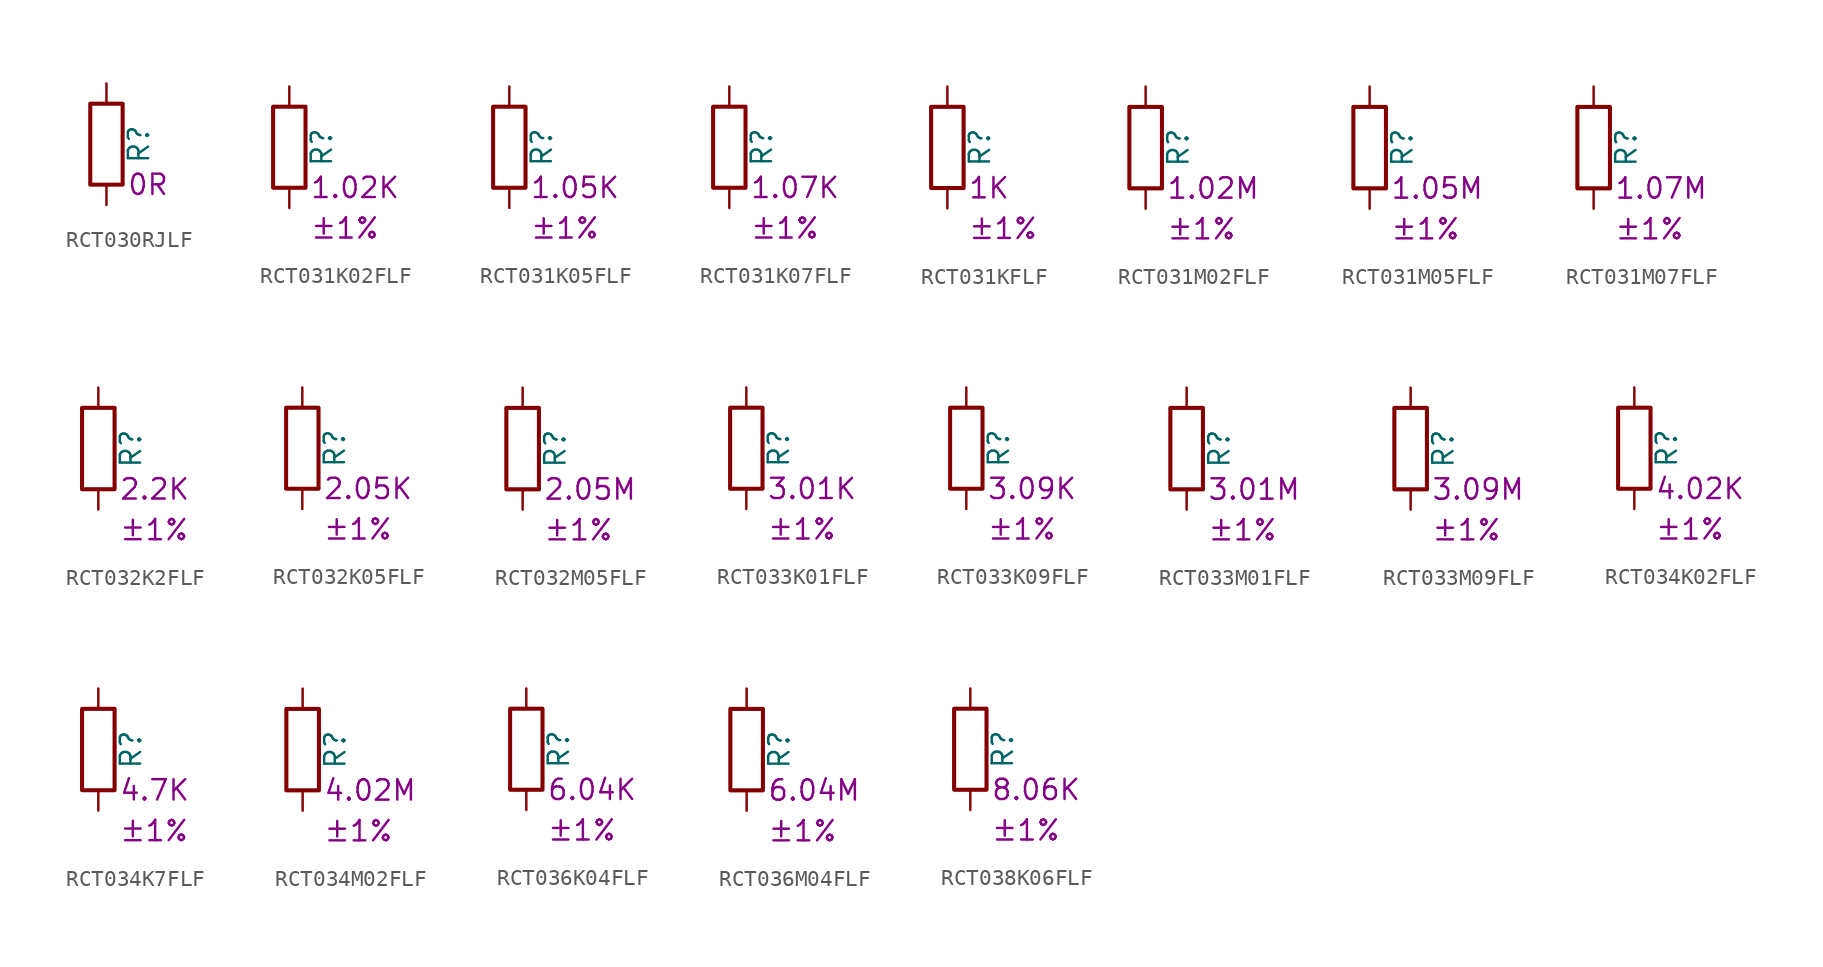
<source format=kicad_sym>
(kicad_symbol_lib
  (version 20220914)
  (generator kicad_symbol_editor)
  (symbol "RCT030RJLF"
    (pin_numbers hide)
    (pin_names
      (offset 0))
    (property "Reference" "R"
      (at 2.032 0 90)
      (effects (font (size 1.27 1.27))))
    (property "Resistance" "0R"
      (at 1.27 -2.54 0)
      (effects (font (size 1.27 1.27)) (justify left)))
    (symbol "RCT030RJLF_0_1"
      (rectangle (start -1.016 -2.54) (end 1.016 2.54) (stroke (width 0.254) (type default)) (fill (type none))))
    (symbol "RCT030RJLF_1_1"
      (pin passive line (at 0 3.81 270) (length 1.27) (name "~" (effects (font (size 1.27 1.27)))) (number "1" (effects (font (size 1.27 1.27)))))
      (pin passive line (at 0 -3.81 90) (length 1.27) (name "~" (effects (font (size 1.27 1.27)))) (number "2" (effects (font (size 1.27 1.27)))))))
  (symbol "RCT031K02FLF"
    (pin_numbers hide)
    (pin_names
      (offset 0))
    (property "Reference" "R"
      (at 2.032 0 90)
      (effects (font (size 1.27 1.27))))
    (property "Resistance" "1.02K"
      (at 1.27 -2.54 0)
      (effects (font (size 1.27 1.27)) (justify left)))
    (property "Tolerance" "±1%"
      (at 1.27 -5.08 0)
      (effects (font (size 1.27 1.27)) (justify left)))
    (symbol "RCT031K02FLF_0_1"
      (rectangle (start -1.016 -2.54) (end 1.016 2.54) (stroke (width 0.254) (type default)) (fill (type none))))
    (symbol "RCT031K02FLF_1_1"
      (pin passive line (at 0 3.81 270) (length 1.27) (name "~" (effects (font (size 1.27 1.27)))) (number "1" (effects (font (size 1.27 1.27)))))
      (pin passive line (at 0 -3.81 90) (length 1.27) (name "~" (effects (font (size 1.27 1.27)))) (number "2" (effects (font (size 1.27 1.27)))))))
  (symbol "RCT031K05FLF"
    (pin_numbers hide)
    (pin_names
      (offset 0))
    (property "Reference" "R"
      (at 2.032 0 90)
      (effects (font (size 1.27 1.27))))
    (property "Resistance" "1.05K"
      (at 1.27 -2.54 0)
      (effects (font (size 1.27 1.27)) (justify left)))
    (property "Tolerance" "±1%"
      (at 1.27 -5.08 0)
      (effects (font (size 1.27 1.27)) (justify left)))
    (symbol "RCT031K05FLF_0_1"
      (rectangle (start -1.016 -2.54) (end 1.016 2.54) (stroke (width 0.254) (type default)) (fill (type none))))
    (symbol "RCT031K05FLF_1_1"
      (pin passive line (at 0 3.81 270) (length 1.27) (name "~" (effects (font (size 1.27 1.27)))) (number "1" (effects (font (size 1.27 1.27)))))
      (pin passive line (at 0 -3.81 90) (length 1.27) (name "~" (effects (font (size 1.27 1.27)))) (number "2" (effects (font (size 1.27 1.27)))))))
  (symbol "RCT031K07FLF"
    (pin_numbers hide)
    (pin_names
      (offset 0))
    (property "Reference" "R"
      (at 2.032 0 90)
      (effects (font (size 1.27 1.27))))
    (property "Resistance" "1.07K"
      (at 1.27 -2.54 0)
      (effects (font (size 1.27 1.27)) (justify left)))
    (property "Tolerance" "±1%"
      (at 1.27 -5.08 0)
      (effects (font (size 1.27 1.27)) (justify left)))
    (symbol "RCT031K07FLF_0_1"
      (rectangle (start -1.016 -2.54) (end 1.016 2.54) (stroke (width 0.254) (type default)) (fill (type none))))
    (symbol "RCT031K07FLF_1_1"
      (pin passive line (at 0 3.81 270) (length 1.27) (name "~" (effects (font (size 1.27 1.27)))) (number "1" (effects (font (size 1.27 1.27)))))
      (pin passive line (at 0 -3.81 90) (length 1.27) (name "~" (effects (font (size 1.27 1.27)))) (number "2" (effects (font (size 1.27 1.27)))))))
  (symbol "RCT031KFLF"
    (pin_numbers hide)
    (pin_names
      (offset 0))
    (property "Reference" "R"
      (at 2.032 0 90)
      (effects (font (size 1.27 1.27))))
    (property "Resistance" "1K"
      (at 1.27 -2.54 0)
      (effects (font (size 1.27 1.27)) (justify left)))
    (property "Tolerance" "±1%"
      (at 1.27 -5.08 0)
      (effects (font (size 1.27 1.27)) (justify left)))
    (symbol "RCT031KFLF_0_1"
      (rectangle (start -1.016 -2.54) (end 1.016 2.54) (stroke (width 0.254) (type default)) (fill (type none))))
    (symbol "RCT031KFLF_1_1"
      (pin passive line (at 0 3.81 270) (length 1.27) (name "~" (effects (font (size 1.27 1.27)))) (number "1" (effects (font (size 1.27 1.27)))))
      (pin passive line (at 0 -3.81 90) (length 1.27) (name "~" (effects (font (size 1.27 1.27)))) (number "2" (effects (font (size 1.27 1.27)))))))
  (symbol "RCT031M02FLF"
    (pin_numbers hide)
    (pin_names
      (offset 0))
    (property "Reference" "R"
      (at 2.032 0 90)
      (effects (font (size 1.27 1.27))))
    (property "Resistance" "1.02M"
      (at 1.27 -2.54 0)
      (effects (font (size 1.27 1.27)) (justify left)))
    (property "Tolerance" "±1%"
      (at 1.27 -5.08 0)
      (effects (font (size 1.27 1.27)) (justify left)))
    (symbol "RCT031M02FLF_0_1"
      (rectangle (start -1.016 -2.54) (end 1.016 2.54) (stroke (width 0.254) (type default)) (fill (type none))))
    (symbol "RCT031M02FLF_1_1"
      (pin passive line (at 0 3.81 270) (length 1.27) (name "~" (effects (font (size 1.27 1.27)))) (number "1" (effects (font (size 1.27 1.27)))))
      (pin passive line (at 0 -3.81 90) (length 1.27) (name "~" (effects (font (size 1.27 1.27)))) (number "2" (effects (font (size 1.27 1.27)))))))
  (symbol "RCT031M05FLF"
    (pin_numbers hide)
    (pin_names
      (offset 0))
    (property "Reference" "R"
      (at 2.032 0 90)
      (effects (font (size 1.27 1.27))))
    (property "Resistance" "1.05M"
      (at 1.27 -2.54 0)
      (effects (font (size 1.27 1.27)) (justify left)))
    (property "Tolerance" "±1%"
      (at 1.27 -5.08 0)
      (effects (font (size 1.27 1.27)) (justify left)))
    (symbol "RCT031M05FLF_0_1"
      (rectangle (start -1.016 -2.54) (end 1.016 2.54) (stroke (width 0.254) (type default)) (fill (type none))))
    (symbol "RCT031M05FLF_1_1"
      (pin passive line (at 0 3.81 270) (length 1.27) (name "~" (effects (font (size 1.27 1.27)))) (number "1" (effects (font (size 1.27 1.27)))))
      (pin passive line (at 0 -3.81 90) (length 1.27) (name "~" (effects (font (size 1.27 1.27)))) (number "2" (effects (font (size 1.27 1.27)))))))
  (symbol "RCT031M07FLF"
    (pin_numbers hide)
    (pin_names
      (offset 0))
    (property "Reference" "R"
      (at 2.032 0 90)
      (effects (font (size 1.27 1.27))))
    (property "Resistance" "1.07M"
      (at 1.27 -2.54 0)
      (effects (font (size 1.27 1.27)) (justify left)))
    (property "Tolerance" "±1%"
      (at 1.27 -5.08 0)
      (effects (font (size 1.27 1.27)) (justify left)))
    (symbol "RCT031M07FLF_0_1"
      (rectangle (start -1.016 -2.54) (end 1.016 2.54) (stroke (width 0.254) (type default)) (fill (type none))))
    (symbol "RCT031M07FLF_1_1"
      (pin passive line (at 0 3.81 270) (length 1.27) (name "~" (effects (font (size 1.27 1.27)))) (number "1" (effects (font (size 1.27 1.27)))))
      (pin passive line (at 0 -3.81 90) (length 1.27) (name "~" (effects (font (size 1.27 1.27)))) (number "2" (effects (font (size 1.27 1.27)))))))
  (symbol "RCT032K2FLF"
    (pin_numbers hide)
    (pin_names
      (offset 0))
    (property "Reference" "R"
      (at 2.032 0 90)
      (effects (font (size 1.27 1.27))))
    (property "Resistance" "2.2K"
      (at 1.27 -2.54 0)
      (effects (font (size 1.27 1.27)) (justify left)))
    (property "Tolerance" "±1%"
      (at 1.27 -5.08 0)
      (effects (font (size 1.27 1.27)) (justify left)))
    (symbol "RCT032K2FLF_0_1"
      (rectangle (start -1.016 -2.54) (end 1.016 2.54) (stroke (width 0.254) (type default)) (fill (type none))))
    (symbol "RCT032K2FLF_1_1"
      (pin passive line (at 0 3.81 270) (length 1.27) (name "~" (effects (font (size 1.27 1.27)))) (number "1" (effects (font (size 1.27 1.27)))))
      (pin passive line (at 0 -3.81 90) (length 1.27) (name "~" (effects (font (size 1.27 1.27)))) (number "2" (effects (font (size 1.27 1.27)))))))
  (symbol "RCT032K05FLF"
    (pin_numbers hide)
    (pin_names
      (offset 0))
    (property "Reference" "R"
      (at 2.032 0 90)
      (effects (font (size 1.27 1.27))))
    (property "Resistance" "2.05K"
      (at 1.27 -2.54 0)
      (effects (font (size 1.27 1.27)) (justify left)))
    (property "Tolerance" "±1%"
      (at 1.27 -5.08 0)
      (effects (font (size 1.27 1.27)) (justify left)))
    (symbol "RCT032K05FLF_0_1"
      (rectangle (start -1.016 -2.54) (end 1.016 2.54) (stroke (width 0.254) (type default)) (fill (type none))))
    (symbol "RCT032K05FLF_1_1"
      (pin passive line (at 0 3.81 270) (length 1.27) (name "~" (effects (font (size 1.27 1.27)))) (number "1" (effects (font (size 1.27 1.27)))))
      (pin passive line (at 0 -3.81 90) (length 1.27) (name "~" (effects (font (size 1.27 1.27)))) (number "2" (effects (font (size 1.27 1.27)))))))
  (symbol "RCT032M05FLF"
    (pin_numbers hide)
    (pin_names
      (offset 0))
    (property "Reference" "R"
      (at 2.032 0 90)
      (effects (font (size 1.27 1.27))))
    (property "Resistance" "2.05M"
      (at 1.27 -2.54 0)
      (effects (font (size 1.27 1.27)) (justify left)))
    (property "Tolerance" "±1%"
      (at 1.27 -5.08 0)
      (effects (font (size 1.27 1.27)) (justify left)))
    (symbol "RCT032M05FLF_0_1"
      (rectangle (start -1.016 -2.54) (end 1.016 2.54) (stroke (width 0.254) (type default)) (fill (type none))))
    (symbol "RCT032M05FLF_1_1"
      (pin passive line (at 0 3.81 270) (length 1.27) (name "~" (effects (font (size 1.27 1.27)))) (number "1" (effects (font (size 1.27 1.27)))))
      (pin passive line (at 0 -3.81 90) (length 1.27) (name "~" (effects (font (size 1.27 1.27)))) (number "2" (effects (font (size 1.27 1.27)))))))
  (symbol "RCT033K01FLF"
    (pin_numbers hide)
    (pin_names
      (offset 0))
    (property "Reference" "R"
      (at 2.032 0 90)
      (effects (font (size 1.27 1.27))))
    (property "Resistance" "3.01K"
      (at 1.27 -2.54 0)
      (effects (font (size 1.27 1.27)) (justify left)))
    (property "Tolerance" "±1%"
      (at 1.27 -5.08 0)
      (effects (font (size 1.27 1.27)) (justify left)))
    (symbol "RCT033K01FLF_0_1"
      (rectangle (start -1.016 -2.54) (end 1.016 2.54) (stroke (width 0.254) (type default)) (fill (type none))))
    (symbol "RCT033K01FLF_1_1"
      (pin passive line (at 0 3.81 270) (length 1.27) (name "~" (effects (font (size 1.27 1.27)))) (number "1" (effects (font (size 1.27 1.27)))))
      (pin passive line (at 0 -3.81 90) (length 1.27) (name "~" (effects (font (size 1.27 1.27)))) (number "2" (effects (font (size 1.27 1.27)))))))
  (symbol "RCT033K09FLF"
    (pin_numbers hide)
    (pin_names
      (offset 0))
    (property "Reference" "R"
      (at 2.032 0 90)
      (effects (font (size 1.27 1.27))))
    (property "Resistance" "3.09K"
      (at 1.27 -2.54 0)
      (effects (font (size 1.27 1.27)) (justify left)))
    (property "Tolerance" "±1%"
      (at 1.27 -5.08 0)
      (effects (font (size 1.27 1.27)) (justify left)))
    (symbol "RCT033K09FLF_0_1"
      (rectangle (start -1.016 -2.54) (end 1.016 2.54) (stroke (width 0.254) (type default)) (fill (type none))))
    (symbol "RCT033K09FLF_1_1"
      (pin passive line (at 0 3.81 270) (length 1.27) (name "~" (effects (font (size 1.27 1.27)))) (number "1" (effects (font (size 1.27 1.27)))))
      (pin passive line (at 0 -3.81 90) (length 1.27) (name "~" (effects (font (size 1.27 1.27)))) (number "2" (effects (font (size 1.27 1.27)))))))
  (symbol "RCT033M01FLF"
    (pin_numbers hide)
    (pin_names
      (offset 0))
    (property "Reference" "R"
      (at 2.032 0 90)
      (effects (font (size 1.27 1.27))))
    (property "Resistance" "3.01M"
      (at 1.27 -2.54 0)
      (effects (font (size 1.27 1.27)) (justify left)))
    (property "Tolerance" "±1%"
      (at 1.27 -5.08 0)
      (effects (font (size 1.27 1.27)) (justify left)))
    (symbol "RCT033M01FLF_0_1"
      (rectangle (start -1.016 -2.54) (end 1.016 2.54) (stroke (width 0.254) (type default)) (fill (type none))))
    (symbol "RCT033M01FLF_1_1"
      (pin passive line (at 0 3.81 270) (length 1.27) (name "~" (effects (font (size 1.27 1.27)))) (number "1" (effects (font (size 1.27 1.27)))))
      (pin passive line (at 0 -3.81 90) (length 1.27) (name "~" (effects (font (size 1.27 1.27)))) (number "2" (effects (font (size 1.27 1.27)))))))
  (symbol "RCT033M09FLF"
    (pin_numbers hide)
    (pin_names
      (offset 0))
    (property "Reference" "R"
      (at 2.032 0 90)
      (effects (font (size 1.27 1.27))))
    (property "Resistance" "3.09M"
      (at 1.27 -2.54 0)
      (effects (font (size 1.27 1.27)) (justify left)))
    (property "Tolerance" "±1%"
      (at 1.27 -5.08 0)
      (effects (font (size 1.27 1.27)) (justify left)))
    (symbol "RCT033M09FLF_0_1"
      (rectangle (start -1.016 -2.54) (end 1.016 2.54) (stroke (width 0.254) (type default)) (fill (type none))))
    (symbol "RCT033M09FLF_1_1"
      (pin passive line (at 0 3.81 270) (length 1.27) (name "~" (effects (font (size 1.27 1.27)))) (number "1" (effects (font (size 1.27 1.27)))))
      (pin passive line (at 0 -3.81 90) (length 1.27) (name "~" (effects (font (size 1.27 1.27)))) (number "2" (effects (font (size 1.27 1.27)))))))
  (symbol "RCT034K02FLF"
    (pin_numbers hide)
    (pin_names
      (offset 0))
    (property "Reference" "R"
      (at 2.032 0 90)
      (effects (font (size 1.27 1.27))))
    (property "Resistance" "4.02K"
      (at 1.27 -2.54 0)
      (effects (font (size 1.27 1.27)) (justify left)))
    (property "Tolerance" "±1%"
      (at 1.27 -5.08 0)
      (effects (font (size 1.27 1.27)) (justify left)))
    (symbol "RCT034K02FLF_0_1"
      (rectangle (start -1.016 -2.54) (end 1.016 2.54) (stroke (width 0.254) (type default)) (fill (type none))))
    (symbol "RCT034K02FLF_1_1"
      (pin passive line (at 0 3.81 270) (length 1.27) (name "~" (effects (font (size 1.27 1.27)))) (number "1" (effects (font (size 1.27 1.27)))))
      (pin passive line (at 0 -3.81 90) (length 1.27) (name "~" (effects (font (size 1.27 1.27)))) (number "2" (effects (font (size 1.27 1.27)))))))
  (symbol "RCT034K7FLF"
    (pin_numbers hide)
    (pin_names
      (offset 0))
    (property "Reference" "R"
      (at 2.032 0 90)
      (effects (font (size 1.27 1.27))))
    (property "Resistance" "4.7K"
      (at 1.27 -2.54 0)
      (effects (font (size 1.27 1.27)) (justify left)))
    (property "Tolerance" "±1%"
      (at 1.27 -5.08 0)
      (effects (font (size 1.27 1.27)) (justify left)))
    (symbol "RCT034K7FLF_0_1"
      (rectangle (start -1.016 -2.54) (end 1.016 2.54) (stroke (width 0.254) (type default)) (fill (type none))))
    (symbol "RCT034K7FLF_1_1"
      (pin passive line (at 0 3.81 270) (length 1.27) (name "~" (effects (font (size 1.27 1.27)))) (number "1" (effects (font (size 1.27 1.27)))))
      (pin passive line (at 0 -3.81 90) (length 1.27) (name "~" (effects (font (size 1.27 1.27)))) (number "2" (effects (font (size 1.27 1.27)))))))
  (symbol "RCT034M02FLF"
    (pin_numbers hide)
    (pin_names
      (offset 0))
    (property "Reference" "R"
      (at 2.032 0 90)
      (effects (font (size 1.27 1.27))))
    (property "Resistance" "4.02M"
      (at 1.27 -2.54 0)
      (effects (font (size 1.27 1.27)) (justify left)))
    (property "Tolerance" "±1%"
      (at 1.27 -5.08 0)
      (effects (font (size 1.27 1.27)) (justify left)))
    (symbol "RCT034M02FLF_0_1"
      (rectangle (start -1.016 -2.54) (end 1.016 2.54) (stroke (width 0.254) (type default)) (fill (type none))))
    (symbol "RCT034M02FLF_1_1"
      (pin passive line (at 0 3.81 270) (length 1.27) (name "~" (effects (font (size 1.27 1.27)))) (number "1" (effects (font (size 1.27 1.27)))))
      (pin passive line (at 0 -3.81 90) (length 1.27) (name "~" (effects (font (size 1.27 1.27)))) (number "2" (effects (font (size 1.27 1.27)))))))
  (symbol "RCT036K04FLF"
    (pin_numbers hide)
    (pin_names
      (offset 0))
    (property "Reference" "R"
      (at 2.032 0 90)
      (effects (font (size 1.27 1.27))))
    (property "Resistance" "6.04K"
      (at 1.27 -2.54 0)
      (effects (font (size 1.27 1.27)) (justify left)))
    (property "Tolerance" "±1%"
      (at 1.27 -5.08 0)
      (effects (font (size 1.27 1.27)) (justify left)))
    (symbol "RCT036K04FLF_0_1"
      (rectangle (start -1.016 -2.54) (end 1.016 2.54) (stroke (width 0.254) (type default)) (fill (type none))))
    (symbol "RCT036K04FLF_1_1"
      (pin passive line (at 0 3.81 270) (length 1.27) (name "~" (effects (font (size 1.27 1.27)))) (number "1" (effects (font (size 1.27 1.27)))))
      (pin passive line (at 0 -3.81 90) (length 1.27) (name "~" (effects (font (size 1.27 1.27)))) (number "2" (effects (font (size 1.27 1.27)))))))
  (symbol "RCT036M04FLF"
    (pin_numbers hide)
    (pin_names
      (offset 0))
    (property "Reference" "R"
      (at 2.032 0 90)
      (effects (font (size 1.27 1.27))))
    (property "Resistance" "6.04M"
      (at 1.27 -2.54 0)
      (effects (font (size 1.27 1.27)) (justify left)))
    (property "Tolerance" "±1%"
      (at 1.27 -5.08 0)
      (effects (font (size 1.27 1.27)) (justify left)))
    (symbol "RCT036M04FLF_0_1"
      (rectangle (start -1.016 -2.54) (end 1.016 2.54) (stroke (width 0.254) (type default)) (fill (type none))))
    (symbol "RCT036M04FLF_1_1"
      (pin passive line (at 0 3.81 270) (length 1.27) (name "~" (effects (font (size 1.27 1.27)))) (number "1" (effects (font (size 1.27 1.27)))))
      (pin passive line (at 0 -3.81 90) (length 1.27) (name "~" (effects (font (size 1.27 1.27)))) (number "2" (effects (font (size 1.27 1.27)))))))
  (symbol "RCT038K06FLF"
    (pin_numbers hide)
    (pin_names
      (offset 0))
    (property "Reference" "R"
      (at 2.032 0 90)
      (effects (font (size 1.27 1.27))))
    (property "Resistance" "8.06K"
      (at 1.27 -2.54 0)
      (effects (font (size 1.27 1.27)) (justify left)))
    (property "Tolerance" "±1%"
      (at 1.27 -5.08 0)
      (effects (font (size 1.27 1.27)) (justify left)))
    (symbol "RCT038K06FLF_0_1"
      (rectangle (start -1.016 -2.54) (end 1.016 2.54) (stroke (width 0.254) (type default)) (fill (type none))))
    (symbol "RCT038K06FLF_1_1"
      (pin passive line (at 0 3.81 270) (length 1.27) (name "~" (effects (font (size 1.27 1.27)))) (number "1" (effects (font (size 1.27 1.27)))))
      (pin passive line (at 0 -3.81 90) (length 1.27) (name "~" (effects (font (size 1.27 1.27)))) (number "2" (effects (font (size 1.27 1.27))))))))
</source>
